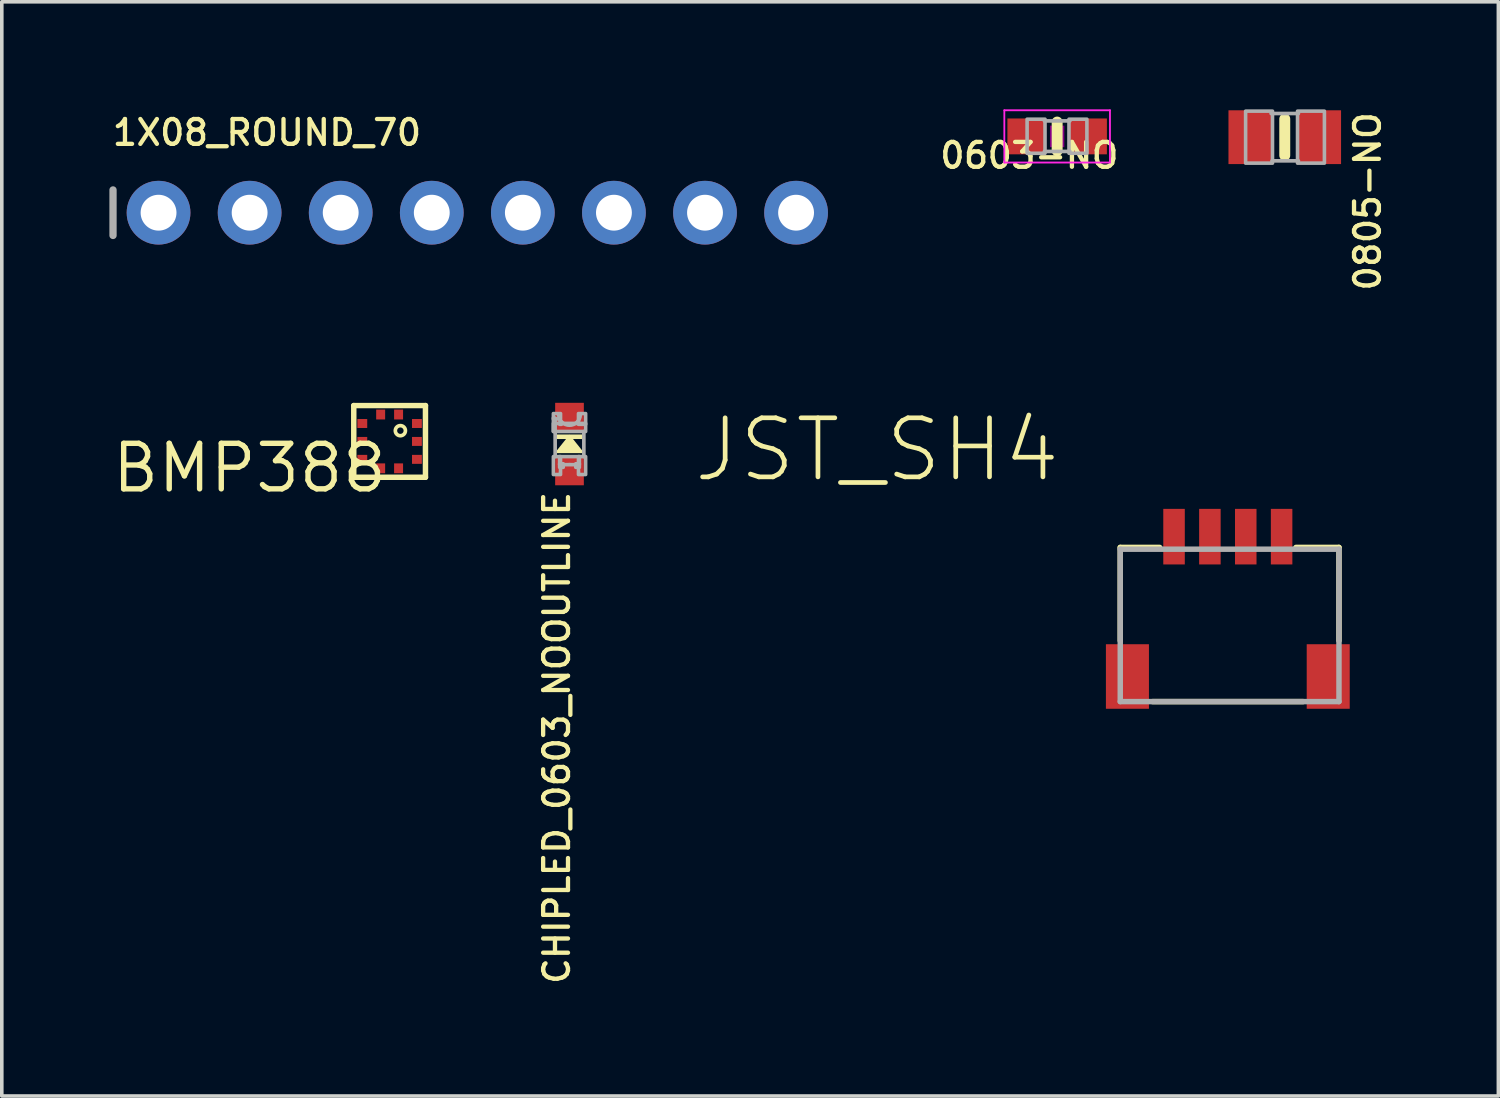
<source format=kicad_pcb>
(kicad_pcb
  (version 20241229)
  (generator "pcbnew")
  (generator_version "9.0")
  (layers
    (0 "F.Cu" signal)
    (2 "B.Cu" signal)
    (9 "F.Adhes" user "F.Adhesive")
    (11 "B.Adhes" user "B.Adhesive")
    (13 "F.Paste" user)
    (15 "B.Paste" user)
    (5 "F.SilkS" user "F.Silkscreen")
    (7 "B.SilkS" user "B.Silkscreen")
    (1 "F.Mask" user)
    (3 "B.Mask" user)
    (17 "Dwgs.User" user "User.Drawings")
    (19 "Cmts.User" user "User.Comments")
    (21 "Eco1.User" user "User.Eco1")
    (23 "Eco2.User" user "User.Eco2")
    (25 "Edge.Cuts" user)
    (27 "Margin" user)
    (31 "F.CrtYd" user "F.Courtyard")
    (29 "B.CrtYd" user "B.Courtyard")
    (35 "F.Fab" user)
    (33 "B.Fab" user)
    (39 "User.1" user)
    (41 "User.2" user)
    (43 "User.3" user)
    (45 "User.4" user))
  (footprint "BMP388"
    (layer "F.Cu")
    (at 7.816 9.261)
    (property "Reference" "BMP388" (at 0 0 0) (layer "F.SilkS") (effects (font (size 1.27 1.27) (thickness 0.15)) (justify right top)))
    (fp_line (start -1 -1) (end 1 -1) (stroke (width 0.152) (type solid)) (layer "F.SilkS"))
    (fp_line (start -1 1) (end -1 -1) (stroke (width 0.152) (type solid)) (layer "F.SilkS"))
    (fp_line (start 1 -1) (end 1 1) (stroke (width 0.152) (type solid)) (layer "F.SilkS"))
    (fp_line (start 1 1) (end -1 1) (stroke (width 0.152) (type solid)) (layer "F.SilkS"))
    (fp_circle (center 0.3 -0.3) (end 0.441 -0.3) (stroke (width 0.102) (type solid)) (fill no) (layer "F.SilkS"))
    (pad "1" smd rect (at 0.25 -0.75 180) (size 0.25 0.275) (layers "F.Cu" "F.Mask" "F.Paste"))
    (pad "2" smd rect (at -0.25 -0.75 180) (size 0.25 0.275) (layers "F.Cu" "F.Mask" "F.Paste"))
    (pad "3" smd rect (at -0.762 -0.5 90) (size 0.25 0.275) (layers "F.Cu" "F.Mask" "F.Paste"))
    (pad "4" smd rect (at -0.762 0 90) (size 0.25 0.275) (layers "F.Cu" "F.Mask" "F.Paste"))
    (pad "5" smd rect (at -0.762 0.5 90) (size 0.25 0.275) (layers "F.Cu" "F.Mask" "F.Paste"))
    (pad "6" smd rect (at -0.25 0.75 180) (size 0.25 0.275) (layers "F.Cu" "F.Mask" "F.Paste"))
    (pad "7" smd rect (at 0.25 0.75 180) (size 0.25 0.275) (layers "F.Cu" "F.Mask" "F.Paste"))
    (pad "8" smd rect (at 0.762 0.5 90) (size 0.25 0.275) (layers "F.Cu" "F.Mask" "F.Paste"))
    (pad "9" smd rect (at 0.762 0 90) (size 0.25 0.275) (layers "F.Cu" "F.Mask" "F.Paste"))
    (pad "10" smd rect (at 0.762 -0.5 90) (size 0.25 0.275) (layers "F.Cu" "F.Mask" "F.Paste")))
  (footprint "JST_SH4"
    (layer "F.Cu")
    (at 31.193 14.431)
    (property "Reference" "JST_SH4" (at -4.6 -5.9 180) (layer "F.SilkS") (effects (font (size 1.647 1.647) (thickness 0.131)) (justify right top)))
    (fp_line (start -3 -2.214) (end -1.9 -2.214) (stroke (width 0.152) (type solid)) (layer "F.SilkS"))
    (fp_line (start -3 0.386) (end -3 -2.214) (stroke (width 0.152) (type solid)) (layer "F.SilkS"))
    (fp_line (start -2.1 2.086) (end 2.1 2.086) (stroke (width 0.152) (type solid)) (layer "F.SilkS"))
    (fp_line (start 1.9 -2.214) (end 3.1 -2.214) (stroke (width 0.152) (type solid)) (layer "F.SilkS"))
    (fp_line (start 3.1 -2.214) (end 3.1 0.386) (stroke (width 0.152) (type solid)) (layer "F.SilkS"))
    (fp_line (start -3 -2.164) (end 3.1 -2.164) (stroke (width 0.152) (type solid)) (layer "F.Fab"))
    (fp_line (start -3 2.086) (end -3 -2.164) (stroke (width 0.152) (type solid)) (layer "F.Fab"))
    (fp_line (start 3.1 -2.164) (end 3.1 2.086) (stroke (width 0.152) (type solid)) (layer "F.Fab"))
    (fp_line (start 3.1 2.086) (end -3 2.086) (stroke (width 0.152) (type solid)) (layer "F.Fab"))
    (pad "1" smd rect (at -1.5 -2.514 90) (size 1.55 0.6) (layers "F.Cu" "F.Mask" "F.Paste"))
    (pad "2" smd rect (at -0.5 -2.514 90) (size 1.55 0.6) (layers "F.Cu" "F.Mask" "F.Paste"))
    (pad "3" smd rect (at 0.5 -2.514 90) (size 1.55 0.6) (layers "F.Cu" "F.Mask" "F.Paste"))
    (pad "4" smd rect (at 1.5 -2.514 90) (size 1.55 0.6) (layers "F.Cu" "F.Mask" "F.Paste"))
    (pad "MT1" smd rect (at -2.8 1.386 90) (size 1.8 1.2) (layers "F.Cu" "F.Mask" "F.Paste"))
    (pad "MT2" smd rect (at 2.8 1.386 90) (size 1.8 1.2) (layers "F.Cu" "F.Mask" "F.Paste")))
  (footprint "0805-NO"
    (layer "F.Cu")
    (at 32.781 0.776)
    (property "Reference" "0805-NO" (at 1.905 -0.762 90) (layer "F.SilkS") (effects (font (size 0.693 0.693) (thickness 0.12)) (justify right top)))
    (fp_line (start 0 -0.508) (end 0 0.508) (stroke (width 0.305) (type solid)) (layer "F.SilkS"))
    (fp_line (start -0.381 -0.66) (end 0.381 -0.66) (stroke (width 0.102) (type solid)) (layer "F.Fab"))
    (fp_line (start -0.356 0.66) (end 0.381 0.66) (stroke (width 0.102) (type solid)) (layer "F.Fab"))
    (fp_poly (pts (xy -1.092 0.724) (xy -0.342 0.724) (xy -0.342 -0.726) (xy -1.092 -0.726)) (stroke (width 0.1) (type default)) (fill no) (layer "F.Fab"))
    (fp_poly (pts (xy 0.356 0.724) (xy 1.106 0.724) (xy 1.106 -0.726) (xy 0.356 -0.726)) (stroke (width 0.1) (type default)) (fill no) (layer "F.Fab"))
    (pad "1" smd rect (at -0.95 0) (size 1.24 1.5) (layers "F.Cu" "F.Mask" "F.Paste"))
    (pad "2" smd rect (at 0.95 0) (size 1.24 1.5) (layers "F.Cu" "F.Mask" "F.Paste")))
  (footprint "CHIPLED_0603_NOOUTLINE"
    (layer "F.Cu")
    (at 12.833 9.334)
    (property "Reference" "CHIPLED_0603_NOOUTLINE" (at -0.762 1.27 270) (layer "F.SilkS") (effects (font (size 0.693 0.693) (thickness 0.12)) (justify right top)))
    (fp_poly (pts (xy 0.413 0.254) (xy -0.413 0.254) (xy 0 -0.262)) (stroke (width 0) (type default)) (fill yes) (layer "F.SilkS"))
    (fp_poly (pts (xy -0.381 -0.14) (xy 0.381 -0.14) (xy 0.381 -0.267) (xy -0.381 -0.267)) (stroke (width 0) (type default)) (fill yes) (layer "F.SilkS"))
    (fp_line (start -0.4 -0.375) (end -0.4 0.35) (stroke (width 0.102) (type solid)) (layer "F.Fab"))
    (fp_line (start 0.4 -0.35) (end 0.4 0.35) (stroke (width 0.102) (type solid)) (layer "F.Fab"))
    (fp_arc (start -0.275 0.825) (mid 0 0.55) (end 0.275 0.825) (stroke (width 0.0508) (type solid)) (layer "F.Fab"))
    (fp_arc (start 0.3 -0.799998) (mid -0.000001 -0.524966) (end -0.3 -0.8) (stroke (width 0.1016) (type solid)) (layer "F.Fab"))
    (fp_circle (center -0.35 -0.625) (end -0.275 -0.625) (stroke (width 0.051) (type solid)) (fill no) (layer "F.Fab"))
    (fp_poly (pts (xy -0.45 -0.7) (xy -0.25 -0.7) (xy -0.25 -0.85) (xy -0.45 -0.85)) (stroke (width 0.1) (type default)) (fill no) (layer "F.Fab"))
    (fp_poly (pts (xy -0.45 -0.35) (xy -0.4 -0.35) (xy -0.4 -0.725) (xy -0.45 -0.725)) (stroke (width 0.1) (type default)) (fill no) (layer "F.Fab"))
    (fp_poly (pts (xy -0.45 -0.35) (xy 0.45 -0.35) (xy 0.45 -0.575) (xy -0.45 -0.575)) (stroke (width 0.1) (type default)) (fill no) (layer "F.Fab"))
    (fp_poly (pts (xy -0.45 0.85) (xy -0.25 0.85) (xy -0.25 0.35) (xy -0.45 0.35)) (stroke (width 0.1) (type default)) (fill no) (layer "F.Fab"))
    (fp_poly (pts (xy -0.275 -0.55) (xy -0.225 -0.55) (xy -0.225 -0.6) (xy -0.275 -0.6)) (stroke (width 0.1) (type default)) (fill no) (layer "F.Fab"))
    (fp_poly (pts (xy -0.275 0.575) (xy 0.275 0.575) (xy 0.275 0.35) (xy -0.275 0.35)) (stroke (width 0.1) (type default)) (fill no) (layer "F.Fab"))
    (fp_poly (pts (xy -0.275 0.65) (xy -0.175 0.65) (xy -0.175 0.55) (xy -0.275 0.55)) (stroke (width 0.1) (type default)) (fill no) (layer "F.Fab"))
    (fp_poly (pts (xy 0.175 0.65) (xy 0.275 0.65) (xy 0.275 0.55) (xy 0.175 0.55)) (stroke (width 0.1) (type default)) (fill no) (layer "F.Fab"))
    (fp_poly (pts (xy 0.25 -0.55) (xy 0.45 -0.55) (xy 0.45 -0.85) (xy 0.25 -0.85)) (stroke (width 0.1) (type default)) (fill no) (layer "F.Fab"))
    (fp_poly (pts (xy 0.25 0.85) (xy 0.45 0.85) (xy 0.45 0.35) (xy 0.25 0.35)) (stroke (width 0.1) (type default)) (fill no) (layer "F.Fab"))
    (pad "A" smd rect (at 0 0.75) (size 0.8 0.8) (layers "F.Cu" "F.Mask" "F.Paste"))
    (pad "C" smd rect (at 0 -0.75) (size 0.8 0.8) (layers "F.Cu" "F.Mask" "F.Paste")))
  (footprint "0603-NO"
    (layer "F.Cu")
    (at 26.433 0.754)
    (property "Reference" "0603-NO" (at 1.778 0.127 180) (layer "F.SilkS") (effects (font (size 0.693 0.693) (thickness 0.12)) (justify right top)))
    (fp_line (start 0 -0.4) (end 0 0.4) (stroke (width 0.305) (type solid)) (layer "F.SilkS"))
    (fp_poly (pts (xy -0.2 0.3) (xy 0.2 0.3) (xy 0.2 -0.3) (xy -0.2 -0.3)) (stroke (width 0) (type default)) (fill yes) (layer "F.Adhes"))
    (fp_line (start -1.473 -0.729) (end 1.473 -0.729) (stroke (width 0.051) (type solid)) (layer "F.CrtYd"))
    (fp_line (start -1.473 0.729) (end -1.473 -0.729) (stroke (width 0.051) (type solid)) (layer "F.CrtYd"))
    (fp_line (start 1.473 -0.729) (end 1.473 0.729) (stroke (width 0.051) (type solid)) (layer "F.CrtYd"))
    (fp_line (start 1.473 0.729) (end -1.473 0.729) (stroke (width 0.051) (type solid)) (layer "F.CrtYd"))
    (fp_line (start -0.356 -0.432) (end 0.356 -0.432) (stroke (width 0.102) (type solid)) (layer "F.Fab"))
    (fp_line (start -0.356 0.419) (end 0.356 0.419) (stroke (width 0.102) (type solid)) (layer "F.Fab"))
    (fp_poly (pts (xy -0.838 0.47) (xy -0.338 0.47) (xy -0.338 -0.48) (xy -0.838 -0.48)) (stroke (width 0.1) (type default)) (fill no) (layer "F.Fab"))
    (fp_poly (pts (xy 0.33 0.47) (xy 0.83 0.47) (xy 0.83 -0.48) (xy 0.33 -0.48)) (stroke (width 0.1) (type default)) (fill no) (layer "F.Fab"))
    (pad "1" smd rect (at -0.85 0) (size 1.075 1) (layers "F.Cu" "F.Mask" "F.Paste"))
    (pad "2" smd rect (at 0.85 0) (size 1.075 1) (layers "F.Cu" "F.Mask" "F.Paste")))
  (footprint "1X08_ROUND_70"
    (layer "F.Cu")
    (at 10.262 2.882)
    (property "Reference" "1X08_ROUND_70" (at -10.236 -1.829 0) (layer "F.SilkS") (effects (font (size 0.693 0.693) (thickness 0.12)) (justify left bottom)))
    (fp_line (start -10.16 -0.635) (end -10.16 0.635) (stroke (width 0.203) (type solid)) (layer "F.Fab"))
    (fp_poly (pts (xy -9.144 0.254) (xy -8.636 0.254) (xy -8.636 -0.254) (xy -9.144 -0.254)) (stroke (width 0.1) (type default)) (fill no) (layer "F.Fab"))
    (fp_poly (pts (xy -6.604 0.254) (xy -6.096 0.254) (xy -6.096 -0.254) (xy -6.604 -0.254)) (stroke (width 0.1) (type default)) (fill no) (layer "F.Fab"))
    (fp_poly (pts (xy -4.064 0.254) (xy -3.556 0.254) (xy -3.556 -0.254) (xy -4.064 -0.254)) (stroke (width 0.1) (type default)) (fill no) (layer "F.Fab"))
    (fp_poly (pts (xy -1.524 0.254) (xy -1.016 0.254) (xy -1.016 -0.254) (xy -1.524 -0.254)) (stroke (width 0.1) (type default)) (fill no) (layer "F.Fab"))
    (fp_poly (pts (xy 1.016 0.254) (xy 1.524 0.254) (xy 1.524 -0.254) (xy 1.016 -0.254)) (stroke (width 0.1) (type default)) (fill no) (layer "F.Fab"))
    (fp_poly (pts (xy 3.556 0.254) (xy 4.064 0.254) (xy 4.064 -0.254) (xy 3.556 -0.254)) (stroke (width 0.1) (type default)) (fill no) (layer "F.Fab"))
    (fp_poly (pts (xy 6.096 0.254) (xy 6.604 0.254) (xy 6.604 -0.254) (xy 6.096 -0.254)) (stroke (width 0.1) (type default)) (fill no) (layer "F.Fab"))
    (fp_poly (pts (xy 8.636 0.254) (xy 9.144 0.254) (xy 9.144 -0.254) (xy 8.636 -0.254)) (stroke (width 0.1) (type default)) (fill no) (layer "F.Fab"))
    (pad "1" thru_hole circle (at -8.89 0 90) (size 1.778 1.778) (drill 1) (layers "*.Cu" "*.Mask"))
    (pad "2" thru_hole circle (at -6.35 0 90) (size 1.778 1.778) (drill 1) (layers "*.Cu" "*.Mask"))
    (pad "3" thru_hole circle (at -3.81 0 90) (size 1.778 1.778) (drill 1) (layers "*.Cu" "*.Mask"))
    (pad "4" thru_hole circle (at -1.27 0 90) (size 1.778 1.778) (drill 1) (layers "*.Cu" "*.Mask"))
    (pad "5" thru_hole circle (at 1.27 0 90) (size 1.778 1.778) (drill 1) (layers "*.Cu" "*.Mask"))
    (pad "6" thru_hole circle (at 3.81 0 90) (size 1.778 1.778) (drill 1) (layers "*.Cu" "*.Mask"))
    (pad "7" thru_hole circle (at 6.35 0 90) (size 1.778 1.778) (drill 1) (layers "*.Cu" "*.Mask"))
    (pad "8" thru_hole circle (at 8.89 0 90) (size 1.778 1.778) (drill 1) (layers "*.Cu" "*.Mask")))
  (gr_rect
    (start -3 -3)
    (end 38.738 27.517)
    (stroke (width 0.1) (type default))
    (fill no)
    (layer "Edge.Cuts")))
</source>
